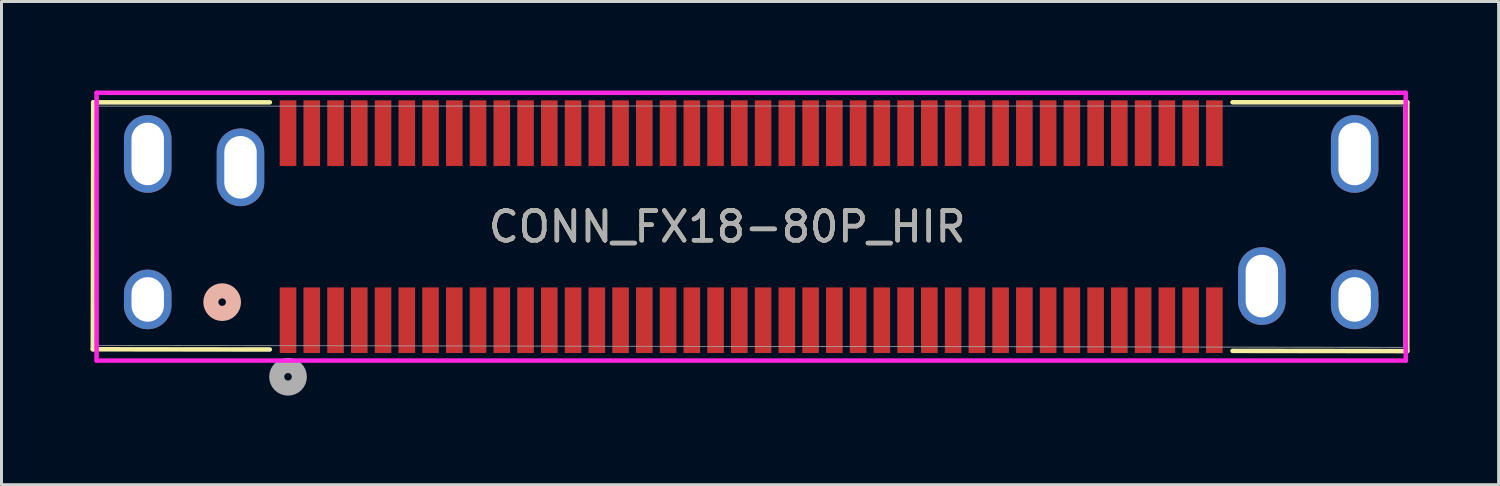
<source format=kicad_pcb>
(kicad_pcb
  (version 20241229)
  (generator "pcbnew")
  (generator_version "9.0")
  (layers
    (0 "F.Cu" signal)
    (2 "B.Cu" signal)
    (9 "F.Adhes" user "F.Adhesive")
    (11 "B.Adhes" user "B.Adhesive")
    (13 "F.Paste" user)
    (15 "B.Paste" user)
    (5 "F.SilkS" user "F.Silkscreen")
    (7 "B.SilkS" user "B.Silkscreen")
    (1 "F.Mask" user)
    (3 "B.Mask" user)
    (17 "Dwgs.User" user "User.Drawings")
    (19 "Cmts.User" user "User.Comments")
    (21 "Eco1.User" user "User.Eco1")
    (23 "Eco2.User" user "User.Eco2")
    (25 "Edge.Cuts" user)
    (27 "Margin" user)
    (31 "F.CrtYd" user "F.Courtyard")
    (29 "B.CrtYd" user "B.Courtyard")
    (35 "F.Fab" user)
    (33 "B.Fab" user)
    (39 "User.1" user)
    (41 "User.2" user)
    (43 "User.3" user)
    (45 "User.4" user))
  (footprint "CONN_FX18-80P_HIR"
    (layer "F.Cu")
    (at 22.212 4.586)
    (property "Reference" "CONN_FX18-80P_HIR" (at -0.768 0 0) (unlocked yes) (layer "F.SilkS") (effects (font (size 1 1) (thickness 0.15))))
    (attr smd)
    (fp_line (start -22.136 4.127) (end -22.122 -4.19) (stroke (width 0.152) (type solid)) (layer "F.SilkS"))
    (fp_line (start -22.122 -4.19) (end -16.174 -4.19) (stroke (width 0.152) (type solid)) (layer "F.SilkS"))
    (fp_line (start -16.174 4.135) (end -22.136 4.127) (stroke (width 0.152) (type solid)) (layer "F.SilkS"))
    (fp_line (start 16.25 -4.192) (end 22.136 -4.192) (stroke (width 0.152) (type solid)) (layer "F.SilkS"))
    (fp_line (start 22.136 -4.192) (end 22.136 4.19) (stroke (width 0.152) (type solid)) (layer "F.SilkS"))
    (fp_line (start 22.136 4.19) (end 16.25 4.182) (stroke (width 0.152) (type solid)) (layer "F.SilkS"))
    (fp_circle (center -17.78 2.54) (end -17.399 2.54) (stroke (width 0.508) (type solid)) (fill no) (layer "B.SilkS"))
    (fp_line (start -22.009 -4.51) (end -22.009 4.508) (stroke (width 0.152) (type solid)) (layer "F.CrtYd"))
    (fp_line (start -22.009 4.508) (end 22.085 4.508) (stroke (width 0.152) (type solid)) (layer "F.CrtYd"))
    (fp_line (start 22.085 -4.51) (end -22.009 -4.51) (stroke (width 0.152) (type solid)) (layer "F.CrtYd"))
    (fp_line (start 22.085 4.508) (end 22.085 -4.51) (stroke (width 0.152) (type solid)) (layer "F.CrtYd"))
    (fp_line (start -22.009 -4.001) (end -22.009 4) (stroke (width 0.025) (type solid)) (layer "F.Fab"))
    (fp_line (start -22.009 4) (end 22.009 4.063) (stroke (width 0.025) (type solid)) (layer "F.Fab"))
    (fp_line (start 22.009 -4.065) (end -21.995 -4.063) (stroke (width 0.025) (type solid)) (layer "F.Fab"))
    (fp_line (start 22.009 4.063) (end 22.009 -4.065) (stroke (width 0.025) (type solid)) (layer "F.Fab"))
    (fp_circle (center -15.561 5.054) (end -15.18 5.054) (stroke (width 0.508) (type solid)) (fill no) (layer "F.Fab"))
    (fp_text user "${REFERENCE}" (at -0.768 0 0) (unlocked yes) (layer "F.Fab") (effects (font (size 1 1) (thickness 0.15))))
    (pad "" np_thru_hole oval (at -20.287 -2.451 90) (size 2.616 1.6) (drill oval 2.108 1.092) (layers "*.Cu" "*.Mask"))
    (pad "" np_thru_hole oval (at -20.287 2.449 90) (size 2.007 1.6) (drill oval 1.499 1.092) (layers "*.Cu" "*.Mask"))
    (pad "" np_thru_hole oval (at -17.162 -2.001 90) (size 2.616 1.6) (drill oval 2.108 1.092) (layers "*.Cu" "*.Mask"))
    (pad "" np_thru_hole oval (at 17.238 1.999 90) (size 2.616 1.6) (drill oval 2.108 1.092) (layers "*.Cu" "*.Mask"))
    (pad "" np_thru_hole oval (at 20.363 -2.451 90) (size 2.616 1.6) (drill oval 2.108 1.092) (layers "*.Cu" "*.Mask"))
    (pad "" np_thru_hole oval (at 20.363 2.449 90) (size 2.007 1.6) (drill oval 1.499 1.092) (layers "*.Cu" "*.Mask"))
    (pad "1" smd rect (at -15.561 3.149) (size 0.559 2.21) (layers "F.Cu" "F.Mask" "F.Paste"))
    (pad "2" smd rect (at -14.761 3.149) (size 0.559 2.21) (layers "F.Cu" "F.Mask" "F.Paste"))
    (pad "3" smd rect (at -13.961 3.149) (size 0.559 2.21) (layers "F.Cu" "F.Mask" "F.Paste"))
    (pad "4" smd rect (at -13.161 3.149) (size 0.559 2.21) (layers "F.Cu" "F.Mask" "F.Paste"))
    (pad "5" smd rect (at -12.361 3.149) (size 0.559 2.21) (layers "F.Cu" "F.Mask" "F.Paste"))
    (pad "6" smd rect (at -11.561 3.149) (size 0.559 2.21) (layers "F.Cu" "F.Mask" "F.Paste"))
    (pad "7" smd rect (at -10.761 3.149) (size 0.559 2.21) (layers "F.Cu" "F.Mask" "F.Paste"))
    (pad "8" smd rect (at -9.961 3.149) (size 0.559 2.21) (layers "F.Cu" "F.Mask" "F.Paste"))
    (pad "9" smd rect (at -9.161 3.149) (size 0.559 2.21) (layers "F.Cu" "F.Mask" "F.Paste"))
    (pad "10" smd rect (at -8.361 3.149) (size 0.559 2.21) (layers "F.Cu" "F.Mask" "F.Paste"))
    (pad "11" smd rect (at -7.561 3.149) (size 0.559 2.21) (layers "F.Cu" "F.Mask" "F.Paste"))
    (pad "12" smd rect (at -6.761 3.149) (size 0.559 2.21) (layers "F.Cu" "F.Mask" "F.Paste"))
    (pad "13" smd rect (at -5.961 3.149) (size 0.559 2.21) (layers "F.Cu" "F.Mask" "F.Paste"))
    (pad "14" smd rect (at -5.161 3.149) (size 0.559 2.21) (layers "F.Cu" "F.Mask" "F.Paste"))
    (pad "15" smd rect (at -4.361 3.149) (size 0.559 2.21) (layers "F.Cu" "F.Mask" "F.Paste"))
    (pad "16" smd rect (at -3.561 3.149) (size 0.559 2.21) (layers "F.Cu" "F.Mask" "F.Paste"))
    (pad "17" smd rect (at -2.761 3.149) (size 0.559 2.21) (layers "F.Cu" "F.Mask" "F.Paste"))
    (pad "18" smd rect (at -1.961 3.149) (size 0.559 2.21) (layers "F.Cu" "F.Mask" "F.Paste"))
    (pad "19" smd rect (at -1.161 3.149) (size 0.559 2.21) (layers "F.Cu" "F.Mask" "F.Paste"))
    (pad "20" smd rect (at -0.361 3.149) (size 0.559 2.21) (layers "F.Cu" "F.Mask" "F.Paste"))
    (pad "21" smd rect (at 0.439 3.149) (size 0.559 2.21) (layers "F.Cu" "F.Mask" "F.Paste"))
    (pad "22" smd rect (at 1.239 3.149) (size 0.559 2.21) (layers "F.Cu" "F.Mask" "F.Paste"))
    (pad "23" smd rect (at 2.039 3.149) (size 0.559 2.21) (layers "F.Cu" "F.Mask" "F.Paste"))
    (pad "24" smd rect (at 2.839 3.149) (size 0.559 2.21) (layers "F.Cu" "F.Mask" "F.Paste"))
    (pad "25" smd rect (at 3.639 3.149) (size 0.559 2.21) (layers "F.Cu" "F.Mask" "F.Paste"))
    (pad "26" smd rect (at 4.439 3.149) (size 0.559 2.21) (layers "F.Cu" "F.Mask" "F.Paste"))
    (pad "27" smd rect (at 5.239 3.149) (size 0.559 2.21) (layers "F.Cu" "F.Mask" "F.Paste"))
    (pad "28" smd rect (at 6.039 3.149) (size 0.559 2.21) (layers "F.Cu" "F.Mask" "F.Paste"))
    (pad "29" smd rect (at 6.839 3.149) (size 0.559 2.21) (layers "F.Cu" "F.Mask" "F.Paste"))
    (pad "30" smd rect (at 7.639 3.149) (size 0.559 2.21) (layers "F.Cu" "F.Mask" "F.Paste"))
    (pad "31" smd rect (at 8.439 3.149) (size 0.559 2.21) (layers "F.Cu" "F.Mask" "F.Paste"))
    (pad "32" smd rect (at 9.239 3.149) (size 0.559 2.21) (layers "F.Cu" "F.Mask" "F.Paste"))
    (pad "33" smd rect (at 10.039 3.149) (size 0.559 2.21) (layers "F.Cu" "F.Mask" "F.Paste"))
    (pad "34" smd rect (at 10.839 3.149) (size 0.559 2.21) (layers "F.Cu" "F.Mask" "F.Paste"))
    (pad "35" smd rect (at 11.639 3.149) (size 0.559 2.21) (layers "F.Cu" "F.Mask" "F.Paste"))
    (pad "36" smd rect (at 12.438 3.149) (size 0.559 2.21) (layers "F.Cu" "F.Mask" "F.Paste"))
    (pad "37" smd rect (at 13.238 3.149) (size 0.559 2.21) (layers "F.Cu" "F.Mask" "F.Paste"))
    (pad "38" smd rect (at 14.038 3.149) (size 0.559 2.21) (layers "F.Cu" "F.Mask" "F.Paste"))
    (pad "39" smd rect (at 14.838 3.149) (size 0.559 2.21) (layers "F.Cu" "F.Mask" "F.Paste"))
    (pad "40" smd rect (at 15.638 3.149) (size 0.559 2.21) (layers "F.Cu" "F.Mask" "F.Paste"))
    (pad "41" smd rect (at -15.561 -3.151) (size 0.559 2.21) (layers "F.Cu" "F.Mask" "F.Paste"))
    (pad "42" smd rect (at -14.761 -3.151) (size 0.559 2.21) (layers "F.Cu" "F.Mask" "F.Paste"))
    (pad "43" smd rect (at -13.961 -3.151) (size 0.559 2.21) (layers "F.Cu" "F.Mask" "F.Paste"))
    (pad "44" smd rect (at -13.161 -3.151) (size 0.559 2.21) (layers "F.Cu" "F.Mask" "F.Paste"))
    (pad "45" smd rect (at -12.361 -3.151) (size 0.559 2.21) (layers "F.Cu" "F.Mask" "F.Paste"))
    (pad "46" smd rect (at -11.561 -3.151) (size 0.559 2.21) (layers "F.Cu" "F.Mask" "F.Paste"))
    (pad "47" smd rect (at -10.761 -3.151) (size 0.559 2.21) (layers "F.Cu" "F.Mask" "F.Paste"))
    (pad "48" smd rect (at -9.961 -3.151) (size 0.559 2.21) (layers "F.Cu" "F.Mask" "F.Paste"))
    (pad "49" smd rect (at -9.161 -3.151) (size 0.559 2.21) (layers "F.Cu" "F.Mask" "F.Paste"))
    (pad "50" smd rect (at -8.361 -3.151) (size 0.559 2.21) (layers "F.Cu" "F.Mask" "F.Paste"))
    (pad "51" smd rect (at -7.561 -3.151) (size 0.559 2.21) (layers "F.Cu" "F.Mask" "F.Paste"))
    (pad "52" smd rect (at -6.761 -3.151) (size 0.559 2.21) (layers "F.Cu" "F.Mask" "F.Paste"))
    (pad "53" smd rect (at -5.961 -3.151) (size 0.559 2.21) (layers "F.Cu" "F.Mask" "F.Paste"))
    (pad "54" smd rect (at -5.161 -3.151) (size 0.559 2.21) (layers "F.Cu" "F.Mask" "F.Paste"))
    (pad "55" smd rect (at -4.361 -3.151) (size 0.559 2.21) (layers "F.Cu" "F.Mask" "F.Paste"))
    (pad "56" smd rect (at -3.561 -3.151) (size 0.559 2.21) (layers "F.Cu" "F.Mask" "F.Paste"))
    (pad "57" smd rect (at -2.761 -3.151) (size 0.559 2.21) (layers "F.Cu" "F.Mask" "F.Paste"))
    (pad "58" smd rect (at -1.961 -3.151) (size 0.559 2.21) (layers "F.Cu" "F.Mask" "F.Paste"))
    (pad "59" smd rect (at -1.161 -3.151) (size 0.559 2.21) (layers "F.Cu" "F.Mask" "F.Paste"))
    (pad "60" smd rect (at -0.361 -3.151) (size 0.559 2.21) (layers "F.Cu" "F.Mask" "F.Paste"))
    (pad "61" smd rect (at 0.439 -3.151) (size 0.559 2.21) (layers "F.Cu" "F.Mask" "F.Paste"))
    (pad "62" smd rect (at 1.239 -3.151) (size 0.559 2.21) (layers "F.Cu" "F.Mask" "F.Paste"))
    (pad "63" smd rect (at 2.039 -3.151) (size 0.559 2.21) (layers "F.Cu" "F.Mask" "F.Paste"))
    (pad "64" smd rect (at 2.839 -3.151) (size 0.559 2.21) (layers "F.Cu" "F.Mask" "F.Paste"))
    (pad "65" smd rect (at 3.639 -3.151) (size 0.559 2.21) (layers "F.Cu" "F.Mask" "F.Paste"))
    (pad "66" smd rect (at 4.439 -3.151) (size 0.559 2.21) (layers "F.Cu" "F.Mask" "F.Paste"))
    (pad "67" smd rect (at 5.239 -3.151) (size 0.559 2.21) (layers "F.Cu" "F.Mask" "F.Paste"))
    (pad "68" smd rect (at 6.039 -3.151) (size 0.559 2.21) (layers "F.Cu" "F.Mask" "F.Paste"))
    (pad "69" smd rect (at 6.839 -3.151) (size 0.559 2.21) (layers "F.Cu" "F.Mask" "F.Paste"))
    (pad "70" smd rect (at 7.639 -3.151) (size 0.559 2.21) (layers "F.Cu" "F.Mask" "F.Paste"))
    (pad "71" smd rect (at 8.439 -3.151) (size 0.559 2.21) (layers "F.Cu" "F.Mask" "F.Paste"))
    (pad "72" smd rect (at 9.239 -3.151) (size 0.559 2.21) (layers "F.Cu" "F.Mask" "F.Paste"))
    (pad "73" smd rect (at 10.039 -3.151) (size 0.559 2.21) (layers "F.Cu" "F.Mask" "F.Paste"))
    (pad "74" smd rect (at 10.839 -3.151) (size 0.559 2.21) (layers "F.Cu" "F.Mask" "F.Paste"))
    (pad "75" smd rect (at 11.639 -3.151) (size 0.559 2.21) (layers "F.Cu" "F.Mask" "F.Paste"))
    (pad "76" smd rect (at 12.438 -3.151) (size 0.559 2.21) (layers "F.Cu" "F.Mask" "F.Paste"))
    (pad "77" smd rect (at 13.238 -3.151) (size 0.559 2.21) (layers "F.Cu" "F.Mask" "F.Paste"))
    (pad "78" smd rect (at 14.038 -3.151) (size 0.559 2.21) (layers "F.Cu" "F.Mask" "F.Paste"))
    (pad "79" smd rect (at 14.838 -3.151) (size 0.559 2.21) (layers "F.Cu" "F.Mask" "F.Paste"))
    (pad "80" smd rect (at 15.638 -3.151) (size 0.559 2.21) (layers "F.Cu" "F.Mask" "F.Paste")))
  (gr_rect
    (start -3 -3)
    (end 47.424 13.275)
    (stroke (width 0.1) (type default))
    (fill no)
    (layer "Edge.Cuts")))
</source>
